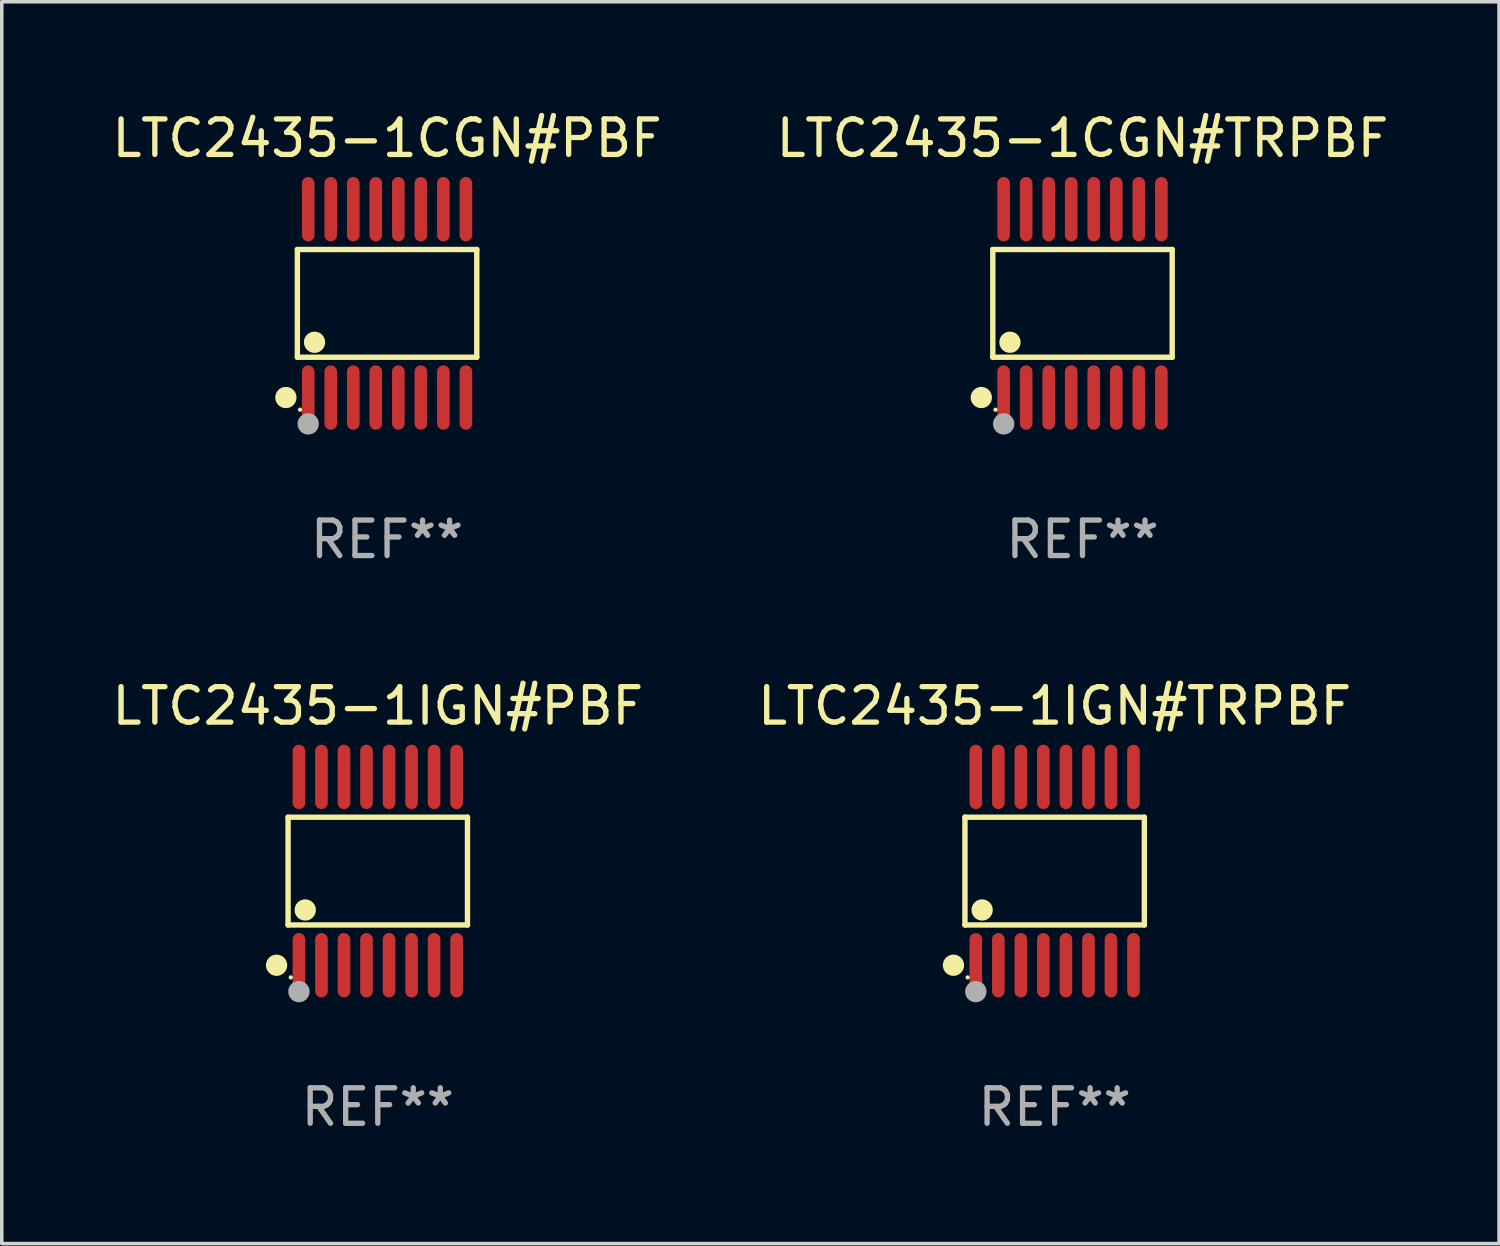
<source format=kicad_pcb>
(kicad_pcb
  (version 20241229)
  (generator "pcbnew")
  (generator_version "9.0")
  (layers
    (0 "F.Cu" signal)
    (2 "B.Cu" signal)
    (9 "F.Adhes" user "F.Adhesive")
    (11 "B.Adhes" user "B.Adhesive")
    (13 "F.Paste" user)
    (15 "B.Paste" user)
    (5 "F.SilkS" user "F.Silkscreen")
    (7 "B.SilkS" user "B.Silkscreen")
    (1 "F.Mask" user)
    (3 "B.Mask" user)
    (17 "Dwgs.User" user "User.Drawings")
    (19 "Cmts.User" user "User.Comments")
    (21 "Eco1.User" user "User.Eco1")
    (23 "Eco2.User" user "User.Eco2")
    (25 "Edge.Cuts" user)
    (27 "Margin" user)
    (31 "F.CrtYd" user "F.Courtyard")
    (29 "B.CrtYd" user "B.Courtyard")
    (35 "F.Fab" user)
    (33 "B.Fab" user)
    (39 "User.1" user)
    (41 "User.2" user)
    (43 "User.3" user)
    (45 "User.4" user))
  (footprint "LTC2435-1CGN#TRPBF"
    (layer "F.Cu")
    (at 27.47 5.503)
    (property "Reference" "LTC2435-1CGN#TRPBF" (at 0 -4.655 0) (layer "F.SilkS") (effects (font (size 1 1) (thickness 0.15))))
    (attr through_hole)
    (fp_line (start -2.529 -1.519) (end 2.529 -1.519) (stroke (width 0.152) (type solid)) (layer "F.SilkS"))
    (fp_line (start -2.529 1.519) (end -2.529 -1.519) (stroke (width 0.152) (type solid)) (layer "F.SilkS"))
    (fp_line (start 2.529 -1.519) (end 2.529 1.519) (stroke (width 0.152) (type solid)) (layer "F.SilkS"))
    (fp_line (start 2.529 1.519) (end -2.529 1.519) (stroke (width 0.152) (type solid)) (layer "F.SilkS"))
    (fp_circle (center -2.853 2.655) (end -2.703 2.655) (stroke (width 0.3) (type solid)) (fill no) (layer "F.SilkS"))
    (fp_circle (center -2.453 2.998) (end -2.423 2.998) (stroke (width 0.06) (type solid)) (fill no) (layer "F.SilkS"))
    (fp_circle (center -2.045 1.097) (end -1.895 1.097) (stroke (width 0.3) (type solid)) (fill no) (layer "F.SilkS"))
    (fp_circle (center -2.223 3.398) (end -2.072 3.398) (stroke (width 0.3) (type solid)) (fill no) (layer "F.Fab"))
    (fp_text user "REF**" (at 0 6.655 0) (layer "F.Fab") (effects (font (size 1 1) (thickness 0.15))))
    (pad "1" smd oval (at -2.223 2.655) (size 0.356 1.815) (layers "F.Cu" "F.Mask" "F.Paste"))
    (pad "2" smd oval (at -1.588 2.655) (size 0.356 1.815) (layers "F.Cu" "F.Mask" "F.Paste"))
    (pad "3" smd oval (at -0.953 2.655) (size 0.356 1.815) (layers "F.Cu" "F.Mask" "F.Paste"))
    (pad "4" smd oval (at -0.318 2.655) (size 0.356 1.815) (layers "F.Cu" "F.Mask" "F.Paste"))
    (pad "5" smd oval (at 0.318 2.655) (size 0.356 1.815) (layers "F.Cu" "F.Mask" "F.Paste"))
    (pad "6" smd oval (at 0.953 2.655) (size 0.356 1.815) (layers "F.Cu" "F.Mask" "F.Paste"))
    (pad "7" smd oval (at 1.588 2.655) (size 0.356 1.815) (layers "F.Cu" "F.Mask" "F.Paste"))
    (pad "8" smd oval (at 2.223 2.655) (size 0.356 1.815) (layers "F.Cu" "F.Mask" "F.Paste"))
    (pad "9" smd oval (at 2.223 -2.655) (size 0.356 1.815) (layers "F.Cu" "F.Mask" "F.Paste"))
    (pad "10" smd oval (at 1.588 -2.655) (size 0.356 1.815) (layers "F.Cu" "F.Mask" "F.Paste"))
    (pad "11" smd oval (at 0.953 -2.655) (size 0.356 1.815) (layers "F.Cu" "F.Mask" "F.Paste"))
    (pad "12" smd oval (at 0.318 -2.655) (size 0.356 1.815) (layers "F.Cu" "F.Mask" "F.Paste"))
    (pad "13" smd oval (at -0.318 -2.655) (size 0.356 1.815) (layers "F.Cu" "F.Mask" "F.Paste"))
    (pad "14" smd oval (at -0.953 -2.655) (size 0.356 1.815) (layers "F.Cu" "F.Mask" "F.Paste"))
    (pad "15" smd oval (at -1.588 -2.655) (size 0.356 1.815) (layers "F.Cu" "F.Mask" "F.Paste"))
    (pad "16" smd oval (at -2.223 -2.655) (size 0.356 1.815) (layers "F.Cu" "F.Mask" "F.Paste")))
  (footprint "LTC2435-1IGN#TRPBF"
    (layer "F.Cu")
    (at 26.685 21.509)
    (property "Reference" "LTC2435-1IGN#TRPBF" (at 0 -4.655 0) (layer "F.SilkS") (effects (font (size 1 1) (thickness 0.15))))
    (attr through_hole)
    (fp_line (start -2.529 -1.519) (end 2.529 -1.519) (stroke (width 0.152) (type solid)) (layer "F.SilkS"))
    (fp_line (start -2.529 1.519) (end -2.529 -1.519) (stroke (width 0.152) (type solid)) (layer "F.SilkS"))
    (fp_line (start 2.529 -1.519) (end 2.529 1.519) (stroke (width 0.152) (type solid)) (layer "F.SilkS"))
    (fp_line (start 2.529 1.519) (end -2.529 1.519) (stroke (width 0.152) (type solid)) (layer "F.SilkS"))
    (fp_circle (center -2.853 2.655) (end -2.703 2.655) (stroke (width 0.3) (type solid)) (fill no) (layer "F.SilkS"))
    (fp_circle (center -2.453 2.998) (end -2.423 2.998) (stroke (width 0.06) (type solid)) (fill no) (layer "F.SilkS"))
    (fp_circle (center -2.045 1.097) (end -1.895 1.097) (stroke (width 0.3) (type solid)) (fill no) (layer "F.SilkS"))
    (fp_circle (center -2.223 3.398) (end -2.072 3.398) (stroke (width 0.3) (type solid)) (fill no) (layer "F.Fab"))
    (fp_text user "REF**" (at 0 6.655 0) (layer "F.Fab") (effects (font (size 1 1) (thickness 0.15))))
    (pad "1" smd oval (at -2.223 2.655) (size 0.356 1.815) (layers "F.Cu" "F.Mask" "F.Paste"))
    (pad "2" smd oval (at -1.588 2.655) (size 0.356 1.815) (layers "F.Cu" "F.Mask" "F.Paste"))
    (pad "3" smd oval (at -0.953 2.655) (size 0.356 1.815) (layers "F.Cu" "F.Mask" "F.Paste"))
    (pad "4" smd oval (at -0.318 2.655) (size 0.356 1.815) (layers "F.Cu" "F.Mask" "F.Paste"))
    (pad "5" smd oval (at 0.318 2.655) (size 0.356 1.815) (layers "F.Cu" "F.Mask" "F.Paste"))
    (pad "6" smd oval (at 0.953 2.655) (size 0.356 1.815) (layers "F.Cu" "F.Mask" "F.Paste"))
    (pad "7" smd oval (at 1.588 2.655) (size 0.356 1.815) (layers "F.Cu" "F.Mask" "F.Paste"))
    (pad "8" smd oval (at 2.223 2.655) (size 0.356 1.815) (layers "F.Cu" "F.Mask" "F.Paste"))
    (pad "9" smd oval (at 2.223 -2.655) (size 0.356 1.815) (layers "F.Cu" "F.Mask" "F.Paste"))
    (pad "10" smd oval (at 1.588 -2.655) (size 0.356 1.815) (layers "F.Cu" "F.Mask" "F.Paste"))
    (pad "11" smd oval (at 0.953 -2.655) (size 0.356 1.815) (layers "F.Cu" "F.Mask" "F.Paste"))
    (pad "12" smd oval (at 0.318 -2.655) (size 0.356 1.815) (layers "F.Cu" "F.Mask" "F.Paste"))
    (pad "13" smd oval (at -0.318 -2.655) (size 0.356 1.815) (layers "F.Cu" "F.Mask" "F.Paste"))
    (pad "14" smd oval (at -0.953 -2.655) (size 0.356 1.815) (layers "F.Cu" "F.Mask" "F.Paste"))
    (pad "15" smd oval (at -1.588 -2.655) (size 0.356 1.815) (layers "F.Cu" "F.Mask" "F.Paste"))
    (pad "16" smd oval (at -2.223 -2.655) (size 0.356 1.815) (layers "F.Cu" "F.Mask" "F.Paste")))
  (footprint "LTC2435-1IGN#PBF"
    (layer "F.Cu")
    (at 7.601 21.509)
    (property "Reference" "LTC2435-1IGN#PBF" (at 0 -4.655 0) (layer "F.SilkS") (effects (font (size 1 1) (thickness 0.15))))
    (attr through_hole)
    (fp_line (start -2.529 -1.519) (end 2.529 -1.519) (stroke (width 0.152) (type solid)) (layer "F.SilkS"))
    (fp_line (start -2.529 1.519) (end -2.529 -1.519) (stroke (width 0.152) (type solid)) (layer "F.SilkS"))
    (fp_line (start 2.529 -1.519) (end 2.529 1.519) (stroke (width 0.152) (type solid)) (layer "F.SilkS"))
    (fp_line (start 2.529 1.519) (end -2.529 1.519) (stroke (width 0.152) (type solid)) (layer "F.SilkS"))
    (fp_circle (center -2.853 2.655) (end -2.703 2.655) (stroke (width 0.3) (type solid)) (fill no) (layer "F.SilkS"))
    (fp_circle (center -2.453 2.998) (end -2.423 2.998) (stroke (width 0.06) (type solid)) (fill no) (layer "F.SilkS"))
    (fp_circle (center -2.045 1.097) (end -1.895 1.097) (stroke (width 0.3) (type solid)) (fill no) (layer "F.SilkS"))
    (fp_circle (center -2.223 3.398) (end -2.072 3.398) (stroke (width 0.3) (type solid)) (fill no) (layer "F.Fab"))
    (fp_text user "REF**" (at 0 6.655 0) (layer "F.Fab") (effects (font (size 1 1) (thickness 0.15))))
    (pad "1" smd oval (at -2.223 2.655) (size 0.356 1.815) (layers "F.Cu" "F.Mask" "F.Paste"))
    (pad "2" smd oval (at -1.588 2.655) (size 0.356 1.815) (layers "F.Cu" "F.Mask" "F.Paste"))
    (pad "3" smd oval (at -0.953 2.655) (size 0.356 1.815) (layers "F.Cu" "F.Mask" "F.Paste"))
    (pad "4" smd oval (at -0.318 2.655) (size 0.356 1.815) (layers "F.Cu" "F.Mask" "F.Paste"))
    (pad "5" smd oval (at 0.318 2.655) (size 0.356 1.815) (layers "F.Cu" "F.Mask" "F.Paste"))
    (pad "6" smd oval (at 0.953 2.655) (size 0.356 1.815) (layers "F.Cu" "F.Mask" "F.Paste"))
    (pad "7" smd oval (at 1.588 2.655) (size 0.356 1.815) (layers "F.Cu" "F.Mask" "F.Paste"))
    (pad "8" smd oval (at 2.223 2.655) (size 0.356 1.815) (layers "F.Cu" "F.Mask" "F.Paste"))
    (pad "9" smd oval (at 2.223 -2.655) (size 0.356 1.815) (layers "F.Cu" "F.Mask" "F.Paste"))
    (pad "10" smd oval (at 1.588 -2.655) (size 0.356 1.815) (layers "F.Cu" "F.Mask" "F.Paste"))
    (pad "11" smd oval (at 0.953 -2.655) (size 0.356 1.815) (layers "F.Cu" "F.Mask" "F.Paste"))
    (pad "12" smd oval (at 0.318 -2.655) (size 0.356 1.815) (layers "F.Cu" "F.Mask" "F.Paste"))
    (pad "13" smd oval (at -0.318 -2.655) (size 0.356 1.815) (layers "F.Cu" "F.Mask" "F.Paste"))
    (pad "14" smd oval (at -0.953 -2.655) (size 0.356 1.815) (layers "F.Cu" "F.Mask" "F.Paste"))
    (pad "15" smd oval (at -1.588 -2.655) (size 0.356 1.815) (layers "F.Cu" "F.Mask" "F.Paste"))
    (pad "16" smd oval (at -2.223 -2.655) (size 0.356 1.815) (layers "F.Cu" "F.Mask" "F.Paste")))
  (footprint "LTC2435-1CGN#PBF"
    (layer "F.Cu")
    (at 7.863 5.503)
    (property "Reference" "LTC2435-1CGN#PBF" (at 0 -4.655 0) (layer "F.SilkS") (effects (font (size 1 1) (thickness 0.15))))
    (attr through_hole)
    (fp_line (start -2.529 -1.519) (end 2.529 -1.519) (stroke (width 0.152) (type solid)) (layer "F.SilkS"))
    (fp_line (start -2.529 1.519) (end -2.529 -1.519) (stroke (width 0.152) (type solid)) (layer "F.SilkS"))
    (fp_line (start 2.529 -1.519) (end 2.529 1.519) (stroke (width 0.152) (type solid)) (layer "F.SilkS"))
    (fp_line (start 2.529 1.519) (end -2.529 1.519) (stroke (width 0.152) (type solid)) (layer "F.SilkS"))
    (fp_circle (center -2.853 2.655) (end -2.703 2.655) (stroke (width 0.3) (type solid)) (fill no) (layer "F.SilkS"))
    (fp_circle (center -2.453 2.998) (end -2.423 2.998) (stroke (width 0.06) (type solid)) (fill no) (layer "F.SilkS"))
    (fp_circle (center -2.045 1.097) (end -1.895 1.097) (stroke (width 0.3) (type solid)) (fill no) (layer "F.SilkS"))
    (fp_circle (center -2.223 3.398) (end -2.072 3.398) (stroke (width 0.3) (type solid)) (fill no) (layer "F.Fab"))
    (fp_text user "REF**" (at 0 6.655 0) (layer "F.Fab") (effects (font (size 1 1) (thickness 0.15))))
    (pad "1" smd oval (at -2.223 2.655) (size 0.356 1.815) (layers "F.Cu" "F.Mask" "F.Paste"))
    (pad "2" smd oval (at -1.588 2.655) (size 0.356 1.815) (layers "F.Cu" "F.Mask" "F.Paste"))
    (pad "3" smd oval (at -0.953 2.655) (size 0.356 1.815) (layers "F.Cu" "F.Mask" "F.Paste"))
    (pad "4" smd oval (at -0.318 2.655) (size 0.356 1.815) (layers "F.Cu" "F.Mask" "F.Paste"))
    (pad "5" smd oval (at 0.318 2.655) (size 0.356 1.815) (layers "F.Cu" "F.Mask" "F.Paste"))
    (pad "6" smd oval (at 0.953 2.655) (size 0.356 1.815) (layers "F.Cu" "F.Mask" "F.Paste"))
    (pad "7" smd oval (at 1.588 2.655) (size 0.356 1.815) (layers "F.Cu" "F.Mask" "F.Paste"))
    (pad "8" smd oval (at 2.223 2.655) (size 0.356 1.815) (layers "F.Cu" "F.Mask" "F.Paste"))
    (pad "9" smd oval (at 2.223 -2.655) (size 0.356 1.815) (layers "F.Cu" "F.Mask" "F.Paste"))
    (pad "10" smd oval (at 1.588 -2.655) (size 0.356 1.815) (layers "F.Cu" "F.Mask" "F.Paste"))
    (pad "11" smd oval (at 0.953 -2.655) (size 0.356 1.815) (layers "F.Cu" "F.Mask" "F.Paste"))
    (pad "12" smd oval (at 0.318 -2.655) (size 0.356 1.815) (layers "F.Cu" "F.Mask" "F.Paste"))
    (pad "13" smd oval (at -0.318 -2.655) (size 0.356 1.815) (layers "F.Cu" "F.Mask" "F.Paste"))
    (pad "14" smd oval (at -0.953 -2.655) (size 0.356 1.815) (layers "F.Cu" "F.Mask" "F.Paste"))
    (pad "15" smd oval (at -1.588 -2.655) (size 0.356 1.815) (layers "F.Cu" "F.Mask" "F.Paste"))
    (pad "16" smd oval (at -2.223 -2.655) (size 0.356 1.815) (layers "F.Cu" "F.Mask" "F.Paste")))
  (gr_rect
    (start -3 -3)
    (end 39.214 32.012)
    (stroke (width 0.1) (type default))
    (fill no)
    (layer "Edge.Cuts")))
</source>
